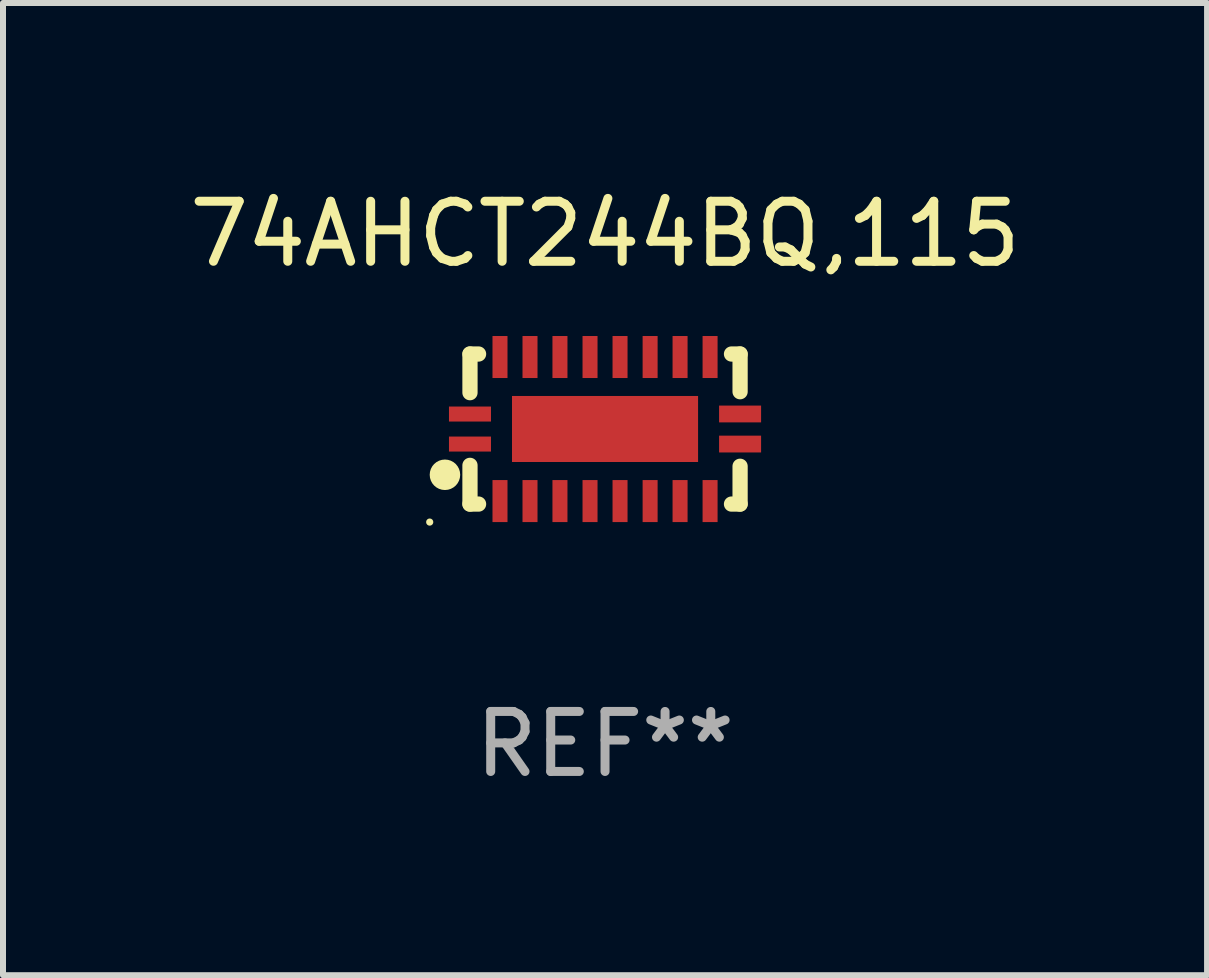
<source format=kicad_pcb>
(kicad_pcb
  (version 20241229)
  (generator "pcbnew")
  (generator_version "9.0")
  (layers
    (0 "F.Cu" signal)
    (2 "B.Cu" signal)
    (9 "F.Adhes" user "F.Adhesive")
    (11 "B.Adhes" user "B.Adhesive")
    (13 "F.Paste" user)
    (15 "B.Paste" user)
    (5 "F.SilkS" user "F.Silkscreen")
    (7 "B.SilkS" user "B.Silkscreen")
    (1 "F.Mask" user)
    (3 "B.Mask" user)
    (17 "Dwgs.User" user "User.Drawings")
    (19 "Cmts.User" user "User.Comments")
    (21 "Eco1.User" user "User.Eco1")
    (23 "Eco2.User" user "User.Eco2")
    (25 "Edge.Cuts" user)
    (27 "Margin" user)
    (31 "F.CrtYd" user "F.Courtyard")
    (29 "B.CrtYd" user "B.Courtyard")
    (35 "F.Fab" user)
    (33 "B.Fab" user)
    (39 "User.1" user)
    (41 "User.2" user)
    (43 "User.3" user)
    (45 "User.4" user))
  (footprint "74AHCT244BQ,115"
    (layer "F.Cu")
    (at 7.03 4.098)
    (property "Reference" "74AHCT244BQ,115" (at 0 -3.25 0) (layer "F.SilkS") (effects (font (size 1 1) (thickness 0.15))))
    (attr through_hole)
    (fp_line (start -2.25 0.605) (end -2.25 1.25) (stroke (width 0.254) (type solid)) (layer "F.SilkS"))
    (fp_line (start -2.25 1.25) (end -2.107 1.25) (stroke (width 0.254) (type solid)) (layer "F.SilkS"))
    (fp_line (start -2.25 -1.25) (end -2.25 -0.606) (stroke (width 0.254) (type solid)) (layer "F.SilkS"))
    (fp_line (start -2.25 -1.25) (end -2.107 -1.25) (stroke (width 0.254) (type solid)) (layer "F.SilkS"))
    (fp_line (start 2.107 -1.25) (end 2.25 -1.25) (stroke (width 0.254) (type solid)) (layer "F.SilkS"))
    (fp_line (start 2.107 1.25) (end 2.25 1.25) (stroke (width 0.254) (type solid)) (layer "F.SilkS"))
    (fp_line (start 2.25 -1.25) (end 2.25 -0.622) (stroke (width 0.254) (type solid)) (layer "F.SilkS"))
    (fp_line (start 2.25 0.62) (end 2.25 1.25) (stroke (width 0.254) (type solid)) (layer "F.SilkS"))
    (fp_circle (center -2.921 1.55) (end -2.891 1.55) (stroke (width 0.06) (type solid)) (fill no) (layer "F.SilkS"))
    (fp_circle (center -2.667 0.762) (end -2.54 0.762) (stroke (width 0.254) (type solid)) (fill no) (layer "F.SilkS"))
    (fp_text user "REF**" (at 0 5.25 0) (layer "F.Fab") (effects (font (size 1 1) (thickness 0.15))))
    (pad "1" smd rect (at -2.25 0.25 180) (size 0.7 0.25) (layers "F.Cu" "F.Mask" "F.Paste"))
    (pad "2" smd rect (at -1.75 1.2 90) (size 0.7 0.25) (layers "F.Cu" "F.Mask" "F.Paste"))
    (pad "3" smd rect (at -1.25 1.2 90) (size 0.7 0.25) (layers "F.Cu" "F.Mask" "F.Paste"))
    (pad "4" smd rect (at -0.751 1.2 90) (size 0.7 0.25) (layers "F.Cu" "F.Mask" "F.Paste"))
    (pad "5" smd rect (at -0.25 1.2 90) (size 0.7 0.25) (layers "F.Cu" "F.Mask" "F.Paste"))
    (pad "6" smd rect (at 0.25 1.2 90) (size 0.7 0.25) (layers "F.Cu" "F.Mask" "F.Paste"))
    (pad "7" smd rect (at 0.751 1.2 90) (size 0.7 0.25) (layers "F.Cu" "F.Mask" "F.Paste"))
    (pad "8" smd rect (at 1.25 1.2 90) (size 0.7 0.25) (layers "F.Cu" "F.Mask" "F.Paste"))
    (pad "9" smd rect (at 1.75 1.2 90) (size 0.7 0.25) (layers "F.Cu" "F.Mask" "F.Paste"))
    (pad "10" smd rect (at 2.25 0.25 180) (size 0.7 0.28) (layers "F.Cu" "F.Mask" "F.Paste"))
    (pad "11" smd rect (at 2.25 -0.251 180) (size 0.7 0.28) (layers "F.Cu" "F.Mask" "F.Paste"))
    (pad "12" smd rect (at 1.75 -1.2 90) (size 0.7 0.25) (layers "F.Cu" "F.Mask" "F.Paste"))
    (pad "13" smd rect (at 1.25 -1.2 90) (size 0.7 0.25) (layers "F.Cu" "F.Mask" "F.Paste"))
    (pad "14" smd rect (at 0.751 -1.2 90) (size 0.7 0.25) (layers "F.Cu" "F.Mask" "F.Paste"))
    (pad "15" smd rect (at 0.25 -1.2 90) (size 0.7 0.25) (layers "F.Cu" "F.Mask" "F.Paste"))
    (pad "16" smd rect (at -0.25 -1.2 90) (size 0.7 0.25) (layers "F.Cu" "F.Mask" "F.Paste"))
    (pad "17" smd rect (at -0.751 -1.2 90) (size 0.7 0.25) (layers "F.Cu" "F.Mask" "F.Paste"))
    (pad "18" smd rect (at -1.25 -1.2 90) (size 0.7 0.25) (layers "F.Cu" "F.Mask" "F.Paste"))
    (pad "19" smd rect (at -1.75 -1.2 90) (size 0.7 0.25) (layers "F.Cu" "F.Mask" "F.Paste"))
    (pad "20" smd rect (at -2.25 -0.25 180) (size 0.7 0.25) (layers "F.Cu" "F.Mask" "F.Paste"))
    (pad "21" smd rect (at 0 -0.001 180) (size 3.1 1.1) (layers "F.Cu" "F.Mask" "F.Paste")))
  (gr_rect
    (start -3 -3)
    (end 17.06 13.197)
    (stroke (width 0.1) (type default))
    (fill no)
    (layer "Edge.Cuts")))
</source>
